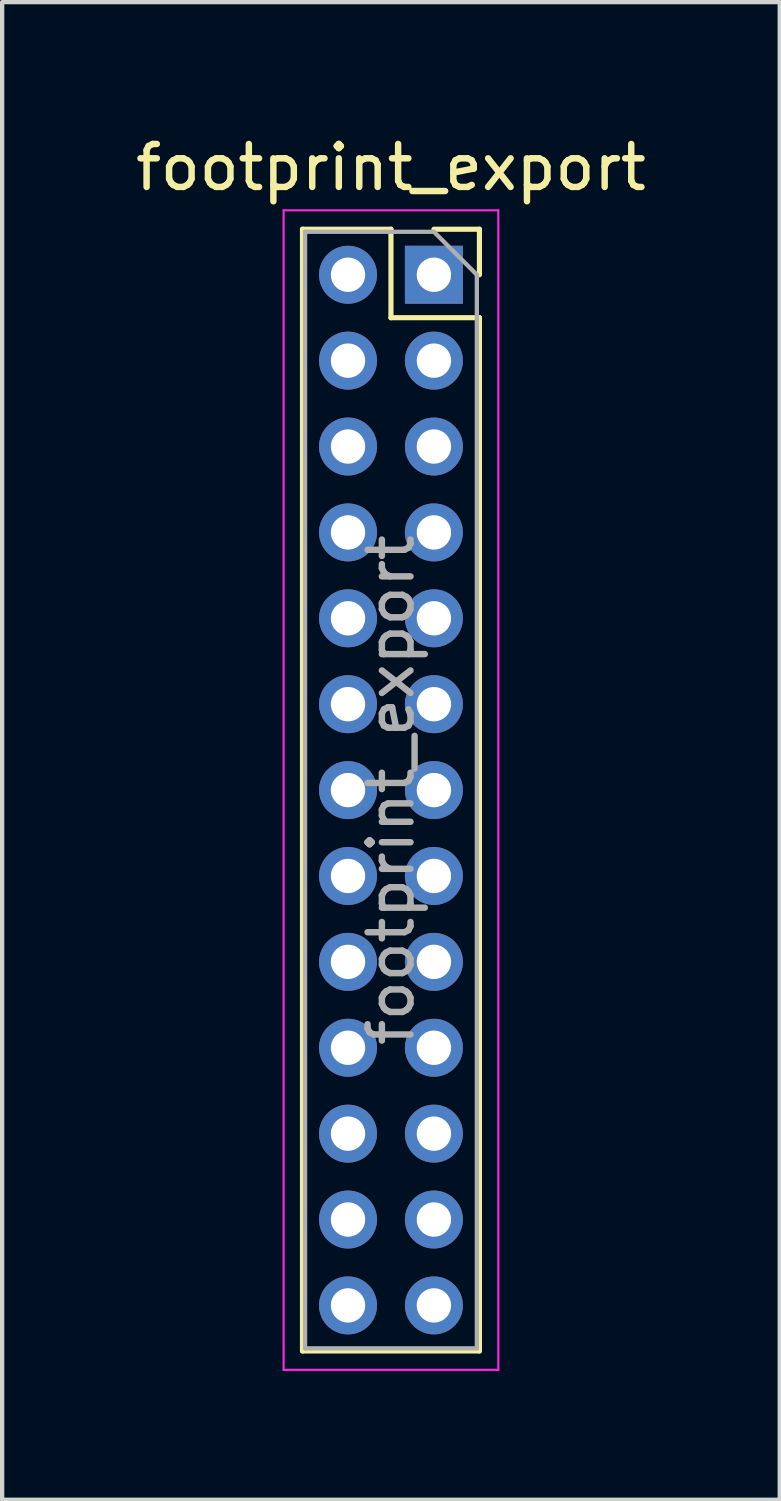
<source format=kicad_pcb>
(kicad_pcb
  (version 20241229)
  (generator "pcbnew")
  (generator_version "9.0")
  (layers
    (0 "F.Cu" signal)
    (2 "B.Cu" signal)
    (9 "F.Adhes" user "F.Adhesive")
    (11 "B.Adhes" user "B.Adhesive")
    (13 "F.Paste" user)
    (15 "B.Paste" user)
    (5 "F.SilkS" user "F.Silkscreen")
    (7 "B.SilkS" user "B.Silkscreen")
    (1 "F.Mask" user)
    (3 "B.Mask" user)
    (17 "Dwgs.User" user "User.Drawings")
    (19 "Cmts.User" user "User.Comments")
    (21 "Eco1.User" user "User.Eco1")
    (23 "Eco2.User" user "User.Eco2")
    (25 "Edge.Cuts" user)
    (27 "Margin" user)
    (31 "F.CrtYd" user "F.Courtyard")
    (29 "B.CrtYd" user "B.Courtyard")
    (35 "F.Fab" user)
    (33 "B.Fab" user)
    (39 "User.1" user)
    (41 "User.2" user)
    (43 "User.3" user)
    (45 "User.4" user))
  (footprint "footprint_export"
    (layer "F.Cu")
    (at 7.054 3.348)
    (property "Reference" "footprint_export" (at -1 -2.5 0) (layer "F.SilkS") (effects (font (size 1 1) (thickness 0.15))))
    (attr through_hole)
    (fp_line (start -3.06 -1.06) (end -3.06 25.06) (stroke (width 0.12) (type solid)) (layer "F.SilkS"))
    (fp_line (start -3.06 -1.06) (end -1 -1.06) (stroke (width 0.12) (type solid)) (layer "F.SilkS"))
    (fp_line (start -3.06 25.06) (end 1.06 25.06) (stroke (width 0.12) (type solid)) (layer "F.SilkS"))
    (fp_line (start -1 -1.06) (end -1 1) (stroke (width 0.12) (type solid)) (layer "F.SilkS"))
    (fp_line (start -1 1) (end 1.06 1) (stroke (width 0.12) (type solid)) (layer "F.SilkS"))
    (fp_line (start 0 -1.06) (end 1.06 -1.06) (stroke (width 0.12) (type solid)) (layer "F.SilkS"))
    (fp_line (start 1.06 -1.06) (end 1.06 0) (stroke (width 0.12) (type solid)) (layer "F.SilkS"))
    (fp_line (start 1.06 1) (end 1.06 25.06) (stroke (width 0.12) (type solid)) (layer "F.SilkS"))
    (fp_line (start -3.5 -1.5) (end 1.5 -1.5) (stroke (width 0.05) (type solid)) (layer "F.CrtYd"))
    (fp_line (start -3.5 25.5) (end -3.5 -1.5) (stroke (width 0.05) (type solid)) (layer "F.CrtYd"))
    (fp_line (start 1.5 -1.5) (end 1.5 25.5) (stroke (width 0.05) (type solid)) (layer "F.CrtYd"))
    (fp_line (start 1.5 25.5) (end -3.5 25.5) (stroke (width 0.05) (type solid)) (layer "F.CrtYd"))
    (fp_line (start -3 -1) (end 0 -1) (stroke (width 0.1) (type solid)) (layer "F.Fab"))
    (fp_line (start -3 25) (end -3 -1) (stroke (width 0.1) (type solid)) (layer "F.Fab"))
    (fp_line (start 0 -1) (end 1 0) (stroke (width 0.1) (type solid)) (layer "F.Fab"))
    (fp_line (start 1 0) (end 1 25) (stroke (width 0.1) (type solid)) (layer "F.Fab"))
    (fp_line (start 1 25) (end -3 25) (stroke (width 0.1) (type solid)) (layer "F.Fab"))
    (fp_text user "${REFERENCE}" (at -1 12 90) (layer "F.Fab") (effects (font (size 1 1) (thickness 0.15))))
    (pad "1" thru_hole rect (at 0 0) (size 1.35 1.35) (drill 0.8) (layers "*.Cu" "*.Mask"))
    (pad "2" thru_hole oval (at -2 0) (size 1.35 1.35) (drill 0.8) (layers "*.Cu" "*.Mask"))
    (pad "3" thru_hole oval (at 0 2) (size 1.35 1.35) (drill 0.8) (layers "*.Cu" "*.Mask"))
    (pad "4" thru_hole oval (at -2 2) (size 1.35 1.35) (drill 0.8) (layers "*.Cu" "*.Mask"))
    (pad "5" thru_hole oval (at 0 4) (size 1.35 1.35) (drill 0.8) (layers "*.Cu" "*.Mask"))
    (pad "6" thru_hole oval (at -2 4) (size 1.35 1.35) (drill 0.8) (layers "*.Cu" "*.Mask"))
    (pad "7" thru_hole oval (at 0 6) (size 1.35 1.35) (drill 0.8) (layers "*.Cu" "*.Mask"))
    (pad "8" thru_hole oval (at -2 6) (size 1.35 1.35) (drill 0.8) (layers "*.Cu" "*.Mask"))
    (pad "9" thru_hole oval (at 0 8) (size 1.35 1.35) (drill 0.8) (layers "*.Cu" "*.Mask"))
    (pad "10" thru_hole oval (at -2 8) (size 1.35 1.35) (drill 0.8) (layers "*.Cu" "*.Mask"))
    (pad "11" thru_hole oval (at 0 10) (size 1.35 1.35) (drill 0.8) (layers "*.Cu" "*.Mask"))
    (pad "12" thru_hole oval (at -2 10) (size 1.35 1.35) (drill 0.8) (layers "*.Cu" "*.Mask"))
    (pad "13" thru_hole oval (at 0 12) (size 1.35 1.35) (drill 0.8) (layers "*.Cu" "*.Mask"))
    (pad "14" thru_hole oval (at -2 12) (size 1.35 1.35) (drill 0.8) (layers "*.Cu" "*.Mask"))
    (pad "15" thru_hole oval (at 0 14) (size 1.35 1.35) (drill 0.8) (layers "*.Cu" "*.Mask"))
    (pad "16" thru_hole oval (at -2 14) (size 1.35 1.35) (drill 0.8) (layers "*.Cu" "*.Mask"))
    (pad "17" thru_hole oval (at 0 16) (size 1.35 1.35) (drill 0.8) (layers "*.Cu" "*.Mask"))
    (pad "18" thru_hole oval (at -2 16) (size 1.35 1.35) (drill 0.8) (layers "*.Cu" "*.Mask"))
    (pad "19" thru_hole oval (at 0 18) (size 1.35 1.35) (drill 0.8) (layers "*.Cu" "*.Mask"))
    (pad "20" thru_hole oval (at -2 18) (size 1.35 1.35) (drill 0.8) (layers "*.Cu" "*.Mask"))
    (pad "21" thru_hole oval (at 0 20) (size 1.35 1.35) (drill 0.8) (layers "*.Cu" "*.Mask"))
    (pad "22" thru_hole oval (at -2 20) (size 1.35 1.35) (drill 0.8) (layers "*.Cu" "*.Mask"))
    (pad "23" thru_hole oval (at 0 22) (size 1.35 1.35) (drill 0.8) (layers "*.Cu" "*.Mask"))
    (pad "24" thru_hole oval (at -2 22) (size 1.35 1.35) (drill 0.8) (layers "*.Cu" "*.Mask"))
    (pad "25" thru_hole oval (at 0 24) (size 1.35 1.35) (drill 0.8) (layers "*.Cu" "*.Mask"))
    (pad "26" thru_hole oval (at -2 24) (size 1.35 1.35) (drill 0.8) (layers "*.Cu" "*.Mask")))
  (gr_rect
    (start -3 -3)
    (end 15.107 31.873)
    (stroke (width 0.1) (type default))
    (fill no)
    (layer "Edge.Cuts")))
</source>
